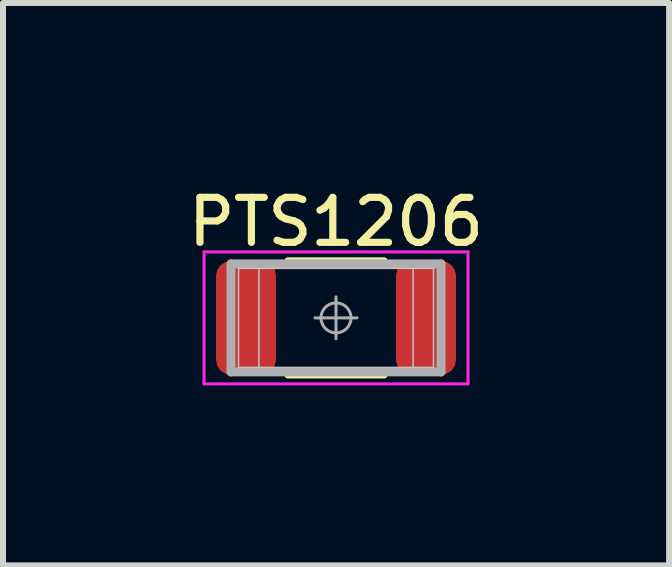
<source format=kicad_pcb>
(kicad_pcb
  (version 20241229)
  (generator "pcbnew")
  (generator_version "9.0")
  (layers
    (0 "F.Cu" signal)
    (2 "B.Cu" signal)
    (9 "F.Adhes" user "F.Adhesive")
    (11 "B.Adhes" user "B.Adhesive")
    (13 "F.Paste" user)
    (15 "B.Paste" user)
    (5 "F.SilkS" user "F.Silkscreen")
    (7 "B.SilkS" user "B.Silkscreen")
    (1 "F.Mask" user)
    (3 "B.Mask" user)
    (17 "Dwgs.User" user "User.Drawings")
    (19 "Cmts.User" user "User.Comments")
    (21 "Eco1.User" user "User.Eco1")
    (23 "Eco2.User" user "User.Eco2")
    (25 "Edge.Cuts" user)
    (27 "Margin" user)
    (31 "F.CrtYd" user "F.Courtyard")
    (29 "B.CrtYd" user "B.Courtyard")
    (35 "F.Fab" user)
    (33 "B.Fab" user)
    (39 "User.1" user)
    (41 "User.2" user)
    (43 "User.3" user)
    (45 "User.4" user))
  (footprint "PTS1206"
    (layer "F.Cu")
    (at 2.551 2.249)
    (property "Reference" "PTS1206" (at 0 -1.6 0) (layer "F.SilkS") (effects (font (size 0.75 0.75) (thickness 0.12))))
    (attr smd)
    (fp_line (start -0.8 -0.95) (end 0.8 -0.95) (stroke (width 0.12) (type solid)) (layer "F.SilkS"))
    (fp_line (start -0.8 0.95) (end 0.8 0.95) (stroke (width 0.12) (type solid)) (layer "F.SilkS"))
    (fp_line (start -1.625 -0.825) (end 1.625 -0.825) (stroke (width 0.025) (type solid)) (layer "Dwgs.User"))
    (fp_line (start -1.625 0.825) (end -1.625 -0.825) (stroke (width 0.025) (type solid)) (layer "Dwgs.User"))
    (fp_line (start -1.285 -0.825) (end -1.285 0.825) (stroke (width 0.025) (type solid)) (layer "Dwgs.User"))
    (fp_line (start 1.285 -0.825) (end 1.285 0.825) (stroke (width 0.025) (type solid)) (layer "Dwgs.User"))
    (fp_line (start 1.625 -0.825) (end 1.625 0.825) (stroke (width 0.025) (type solid)) (layer "Dwgs.User"))
    (fp_line (start 1.625 0.825) (end -1.625 0.825) (stroke (width 0.025) (type solid)) (layer "Dwgs.User"))
    (fp_line (start -2.2 -1.1) (end 2.2 -1.1) (stroke (width 0.05) (type solid)) (layer "F.CrtYd"))
    (fp_line (start -2.2 1.1) (end -2.2 -1.1) (stroke (width 0.05) (type solid)) (layer "F.CrtYd"))
    (fp_line (start 2.2 -1.1) (end 2.2 1.1) (stroke (width 0.05) (type solid)) (layer "F.CrtYd"))
    (fp_line (start 2.2 1.1) (end -2.2 1.1) (stroke (width 0.05) (type solid)) (layer "F.CrtYd"))
    (fp_line (start -1.75 -0.9) (end 1.75 -0.9) (stroke (width 0.15) (type solid)) (layer "F.Fab"))
    (fp_line (start -1.75 0.9) (end -1.75 -0.9) (stroke (width 0.15) (type solid)) (layer "F.Fab"))
    (fp_line (start 0 -0.35) (end 0 0.35) (stroke (width 0.05) (type solid)) (layer "F.Fab"))
    (fp_line (start 0.35 0) (end -0.35 0) (stroke (width 0.05) (type solid)) (layer "F.Fab"))
    (fp_line (start 1.75 -0.9) (end 1.75 0.9) (stroke (width 0.15) (type solid)) (layer "F.Fab"))
    (fp_line (start 1.75 0.9) (end -1.75 0.9) (stroke (width 0.15) (type solid)) (layer "F.Fab"))
    (fp_circle (center 0 0) (end 0.25 0) (stroke (width 0.05) (type solid)) (fill no) (layer "F.Fab"))
    (pad "1" smd roundrect (at -1.5 0) (size 1 1.9) (layers "F.Cu" "F.Mask" "F.Paste") (roundrect_rratio 0.25))
    (pad "2" smd roundrect (at 1.5 0) (size 1 1.9) (layers "F.Cu" "F.Mask" "F.Paste") (roundrect_rratio 0.25)))
  (gr_rect
    (start -3 -3)
    (end 8.103 6.374)
    (stroke (width 0.1) (type default))
    (fill no)
    (layer "Edge.Cuts")))
</source>
